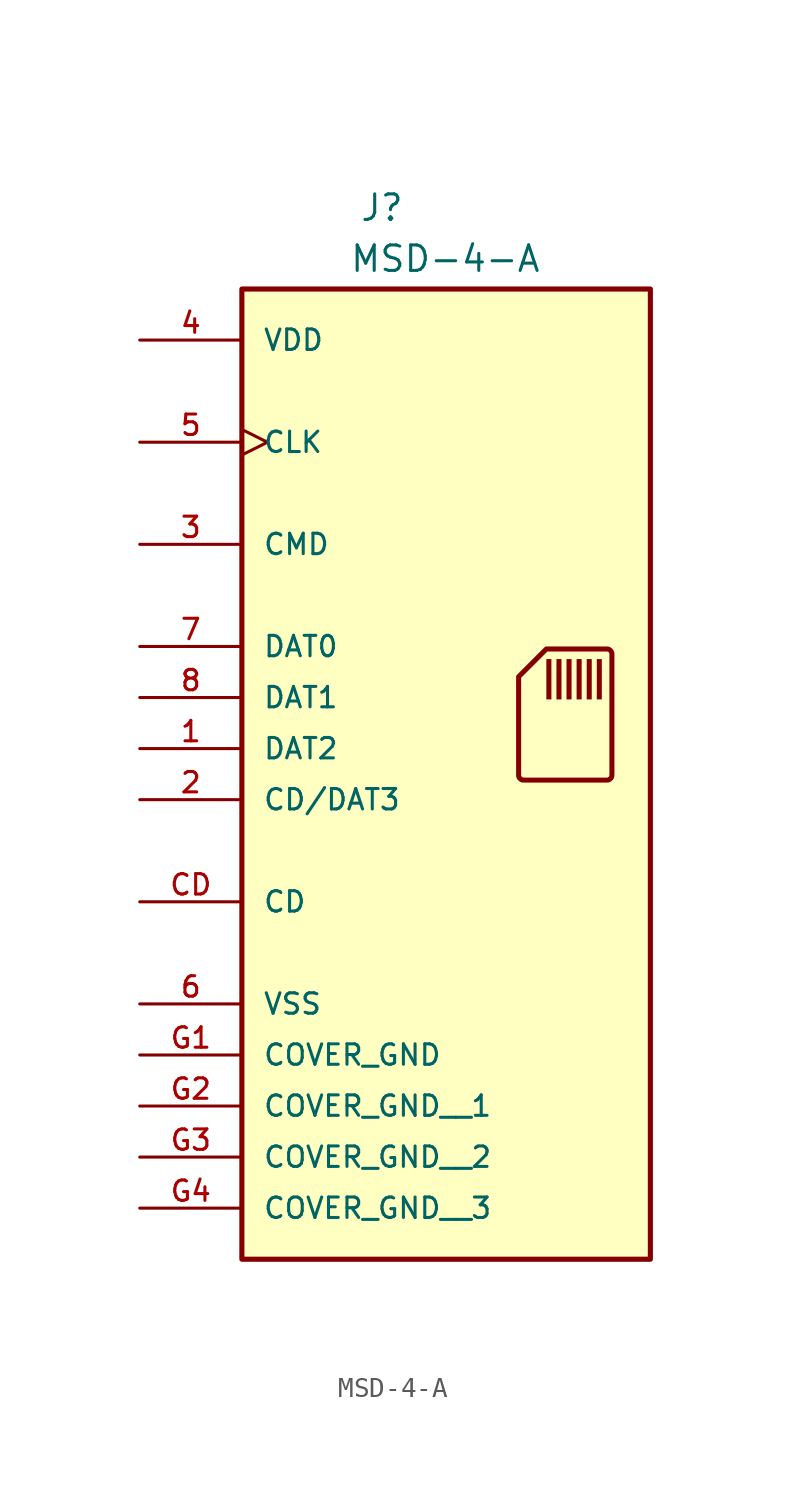
<source format=kicad_sym>
(kicad_symbol_lib
  (version 20231120)
  (generator "kicad_symbol_editor")
  (generator_version "8.0")
  (symbol "MSD-4-A"
    (pin_names
      (offset 1.016))
    (property "Reference" "J"
      (at -4.318 23.622 0)
      (effects (font (size 1.27 1.27)) (justify left bottom)))
    (property "Value" "MSD-4-A"
      (at -4.826 21.082 0)
      (effects (font (size 1.27 1.27)) (justify left bottom)))
    (symbol "MSD-4-A_0_0"
      (rectangle (start -10.16 20.32) (end 10.16 -27.94) (stroke (width 0.254) (type default)) (fill (type background)))
      (pin bidirectional line (at -15.24 -2.54 0) (length 5.08) (name "DAT2" (effects (font (size 1.016 1.016)))) (number "1" (effects (font (size 1.016 1.016)))))
      (pin bidirectional line (at -15.24 -5.08 0) (length 5.08) (name "CD/DAT3" (effects (font (size 1.016 1.016)))) (number "2" (effects (font (size 1.016 1.016)))))
      (pin bidirectional line (at -15.24 7.62 0) (length 5.08) (name "CMD" (effects (font (size 1.016 1.016)))) (number "3" (effects (font (size 1.016 1.016)))))
      (pin power_in line (at -15.24 17.78 0) (length 5.08) (name "VDD" (effects (font (size 1.016 1.016)))) (number "4" (effects (font (size 1.016 1.016)))))
      (pin input clock (at -15.24 12.7 0) (length 5.08) (name "CLK" (effects (font (size 1.016 1.016)))) (number "5" (effects (font (size 1.016 1.016)))))
      (pin power_in line (at -15.24 -15.24 0) (length 5.08) (name "VSS" (effects (font (size 1.016 1.016)))) (number "6" (effects (font (size 1.016 1.016)))))
      (pin bidirectional line (at -15.24 2.54 0) (length 5.08) (name "DAT0" (effects (font (size 1.016 1.016)))) (number "7" (effects (font (size 1.016 1.016)))))
      (pin bidirectional line (at -15.24 0 0) (length 5.08) (name "DAT1" (effects (font (size 1.016 1.016)))) (number "8" (effects (font (size 1.016 1.016)))))
      (pin passive line (at -15.24 -10.16 0) (length 5.08) (name "CD" (effects (font (size 1.016 1.016)))) (number "CD" (effects (font (size 1.016 1.016)))))
      (pin power_in line (at -15.24 -17.78 0) (length 5.08) (name "COVER_GND" (effects (font (size 1.016 1.016)))) (number "G1" (effects (font (size 1.016 1.016)))))
      (pin power_in line (at -15.24 -20.32 0) (length 5.08) (name "COVER_GND__1" (effects (font (size 1.016 1.016)))) (number "G2" (effects (font (size 1.016 1.016)))))
      (pin power_in line (at -15.24 -22.86 0) (length 5.08) (name "COVER_GND__2" (effects (font (size 1.016 1.016)))) (number "G3" (effects (font (size 1.016 1.016)))))
      (pin power_in line (at -15.24 -25.4 0) (length 5.08) (name "COVER_GND__3" (effects (font (size 1.016 1.016)))) (number "G4" (effects (font (size 1.016 1.016))))))
    (symbol "MSD-4-A_1_0"
      (polyline (pts (xy 5.237 -0.094) (xy 4.986 -0.094) (xy 4.986 1.913) (xy 5.237 1.913) (xy 5.237 -0.094)) (stroke (width -0.0001) (type solid)) (fill (type outline)))
      (polyline (pts (xy 5.739 -0.094) (xy 5.488 -0.094) (xy 5.488 1.913) (xy 5.739 1.913) (xy 5.739 -0.094)) (stroke (width -0.0001) (type solid)) (fill (type outline)))
      (polyline (pts (xy 6.24 -0.094) (xy 5.989 -0.094) (xy 5.989 1.913) (xy 6.24 1.913) (xy 6.24 -0.094)) (stroke (width -0.0001) (type solid)) (fill (type outline)))
      (polyline (pts (xy 6.742 -0.094) (xy 6.491 -0.094) (xy 6.491 1.913) (xy 6.742 1.913) (xy 6.742 -0.094)) (stroke (width -0.0001) (type solid)) (fill (type outline)))
      (polyline (pts (xy 7.244 -0.094) (xy 6.993 -0.094) (xy 6.993 1.913) (xy 7.244 1.913) (xy 7.244 -0.094)) (stroke (width -0.0001) (type solid)) (fill (type outline)))
      (polyline (pts (xy 7.745 -0.094) (xy 7.495 -0.094) (xy 7.495 1.913) (xy 7.745 1.913) (xy 7.745 -0.094)) (stroke (width -0.0001) (type solid)) (fill (type outline)))
      (polyline (pts (xy 8.016 2.539) (xy 8.035 2.538) (xy 8.054 2.536) (xy 8.072 2.532) (xy 8.091 2.528) (xy 8.108 2.523) (xy 8.126 2.517) (xy 8.143 2.51) (xy 8.159 2.503) (xy 8.176 2.494) (xy 8.191 2.485) (xy 8.207 2.475) (xy 8.221 2.465) (xy 8.236 2.454) (xy 8.249 2.442) (xy 8.262 2.429) (xy 8.275 2.416) (xy 8.287 2.403) (xy 8.298 2.388) (xy 8.308 2.374) (xy 8.318 2.358) (xy 8.327 2.342) (xy 8.335 2.326) (xy 8.343 2.309) (xy 8.35 2.292) (xy 8.356 2.275) (xy 8.361 2.257) (xy 8.365 2.239) (xy 8.368 2.22) (xy 8.371 2.201) (xy 8.372 2.182) (xy 8.373 2.163) (xy 8.373 -3.856) (xy 8.372 -3.876) (xy 8.371 -3.895) (xy 8.368 -3.913) (xy 8.365 -3.932) (xy 8.361 -3.95) (xy 8.356 -3.968) (xy 8.35 -3.986) (xy 8.343 -4.003) (xy 8.335 -4.02) (xy 8.327 -4.036) (xy 8.318 -4.052) (xy 8.308 -4.067) (xy 8.298 -4.082) (xy 8.287 -4.096) (xy 8.275 -4.11) (xy 8.262 -4.123) (xy 8.249 -4.135) (xy 8.235 -4.147) (xy 8.221 -4.158) (xy 8.206 -4.169) (xy 8.191 -4.179) (xy 8.175 -4.188) (xy 8.159 -4.196) (xy 8.143 -4.204) (xy 8.125 -4.21) (xy 8.108 -4.216) (xy 8.09 -4.221) (xy 8.072 -4.226) (xy 8.053 -4.229) (xy 8.034 -4.231) (xy 8.015 -4.233) (xy 7.996 -4.233) (xy 3.857 -4.233) (xy 3.838 -4.233) (xy 3.819 -4.231) (xy 3.8 -4.229) (xy 3.781 -4.226) (xy 3.763 -4.221) (xy 3.745 -4.216) (xy 3.728 -4.21) (xy 3.711 -4.204) (xy 3.694 -4.196) (xy 3.678 -4.188) (xy 3.662 -4.179) (xy 3.647 -4.169) (xy 3.632 -4.158) (xy 3.618 -4.147) (xy 3.604 -4.135) (xy 3.591 -4.123) (xy 3.579 -4.11) (xy 3.567 -4.096) (xy 3.556 -4.082) (xy 3.545 -4.067) (xy 3.535 -4.052) (xy 3.526 -4.036) (xy 3.518 -4.02) (xy 3.51 -4.003) (xy 3.504 -3.986) (xy 3.498 -3.968) (xy 3.493 -3.95) (xy 3.488 -3.932) (xy 3.485 -3.914) (xy 3.483 -3.895) (xy 3.481 -3.876) (xy 3.481 -3.856) (xy 3.732 -3.856) (xy 3.732 -3.863) (xy 3.732 -3.869) (xy 3.733 -3.876) (xy 3.734 -3.882) (xy 3.736 -3.888) (xy 3.737 -3.894) (xy 3.739 -3.9) (xy 3.741 -3.905) (xy 3.744 -3.911) (xy 3.747 -3.916) (xy 3.75 -3.922) (xy 3.753 -3.927) (xy 3.757 -3.932) (xy 3.76 -3.937) (xy 3.764 -3.941) (xy 3.768 -3.946) (xy 3.773 -3.95) (xy 3.777 -3.954) (xy 3.782 -3.957) (xy 3.787 -3.961) (xy 3.792 -3.964) (xy 3.797 -3.967) (xy 3.803 -3.97) (xy 3.808 -3.973) (xy 3.814 -3.975) (xy 3.82 -3.977) (xy 3.826 -3.978) (xy 3.832 -3.98) (xy 3.838 -3.981) (xy 3.844 -3.982) (xy 3.851 -3.982) (xy 3.857 -3.982) (xy 7.996 -3.982) (xy 8.002 -3.982) (xy 8.009 -3.982) (xy 8.015 -3.981) (xy 8.021 -3.98) (xy 8.027 -3.978) (xy 8.033 -3.977) (xy 8.039 -3.975) (xy 8.045 -3.973) (xy 8.05 -3.97) (xy 8.056 -3.967) (xy 8.061 -3.964) (xy 8.066 -3.961) (xy 8.071 -3.957) (xy 8.076 -3.954) (xy 8.081 -3.95) (xy 8.085 -3.945) (xy 8.089 -3.941) (xy 8.093 -3.937) (xy 8.097 -3.932) (xy 8.1 -3.927) (xy 8.104 -3.922) (xy 8.107 -3.916) (xy 8.109 -3.911) (xy 8.112 -3.905) (xy 8.114 -3.9) (xy 8.116 -3.894) (xy 8.118 -3.888) (xy 8.119 -3.882) (xy 8.12 -3.875) (xy 8.121 -3.869) (xy 8.122 -3.863) (xy 8.122 -3.856) (xy 8.122 2.163) (xy 8.122 2.169) (xy 8.121 2.176) (xy 8.12 2.182) (xy 8.119 2.188) (xy 8.118 2.194) (xy 8.116 2.2) (xy 8.114 2.206) (xy 8.112 2.212) (xy 8.109 2.218) (xy 8.107 2.223) (xy 8.104 2.228) (xy 8.1 2.233) (xy 8.097 2.238) (xy 8.093 2.243) (xy 8.089 2.248) (xy 8.085 2.252) (xy 8.081 2.256) (xy 8.076 2.26) (xy 8.071 2.264) (xy 8.066 2.268) (xy 8.062 2.271) (xy 8.056 2.274) (xy 8.051 2.277) (xy 8.045 2.279) (xy 8.04 2.281) (xy 8.034 2.283) (xy 8.028 2.285) (xy 8.022 2.287) (xy 8.016 2.288) (xy 8.009 2.288) (xy 8.003 2.289) (xy 7.997 2.289) (xy 5.038 2.289) (xy 3.732 0.983) (xy 3.732 -3.856) (xy 3.481 -3.856) (xy 3.481 1.035) (xy 3.481 1.041) (xy 3.481 1.047) (xy 3.482 1.053) (xy 3.483 1.059) (xy 3.485 1.065) (xy 3.486 1.071) (xy 3.488 1.077) (xy 3.49 1.083) (xy 3.493 1.088) (xy 3.495 1.094) (xy 3.498 1.099) (xy 3.502 1.104) (xy 3.505 1.109) (xy 3.509 1.114) (xy 3.513 1.119) (xy 3.518 1.123) (xy 4.897 2.503) (xy 4.902 2.507) (xy 4.906 2.512) (xy 4.911 2.515) (xy 4.916 2.519) (xy 4.921 2.522) (xy 4.927 2.525) (xy 4.932 2.528) (xy 4.938 2.53) (xy 4.944 2.533) (xy 4.949 2.535) (xy 4.955 2.536) (xy 4.961 2.538) (xy 4.967 2.539) (xy 4.973 2.539) (xy 4.98 2.54) (xy 4.986 2.54) (xy 7.997 2.54) (xy 8.016 2.539)) (stroke (width -0.0001) (type solid)) (fill (type outline))))))
</source>
